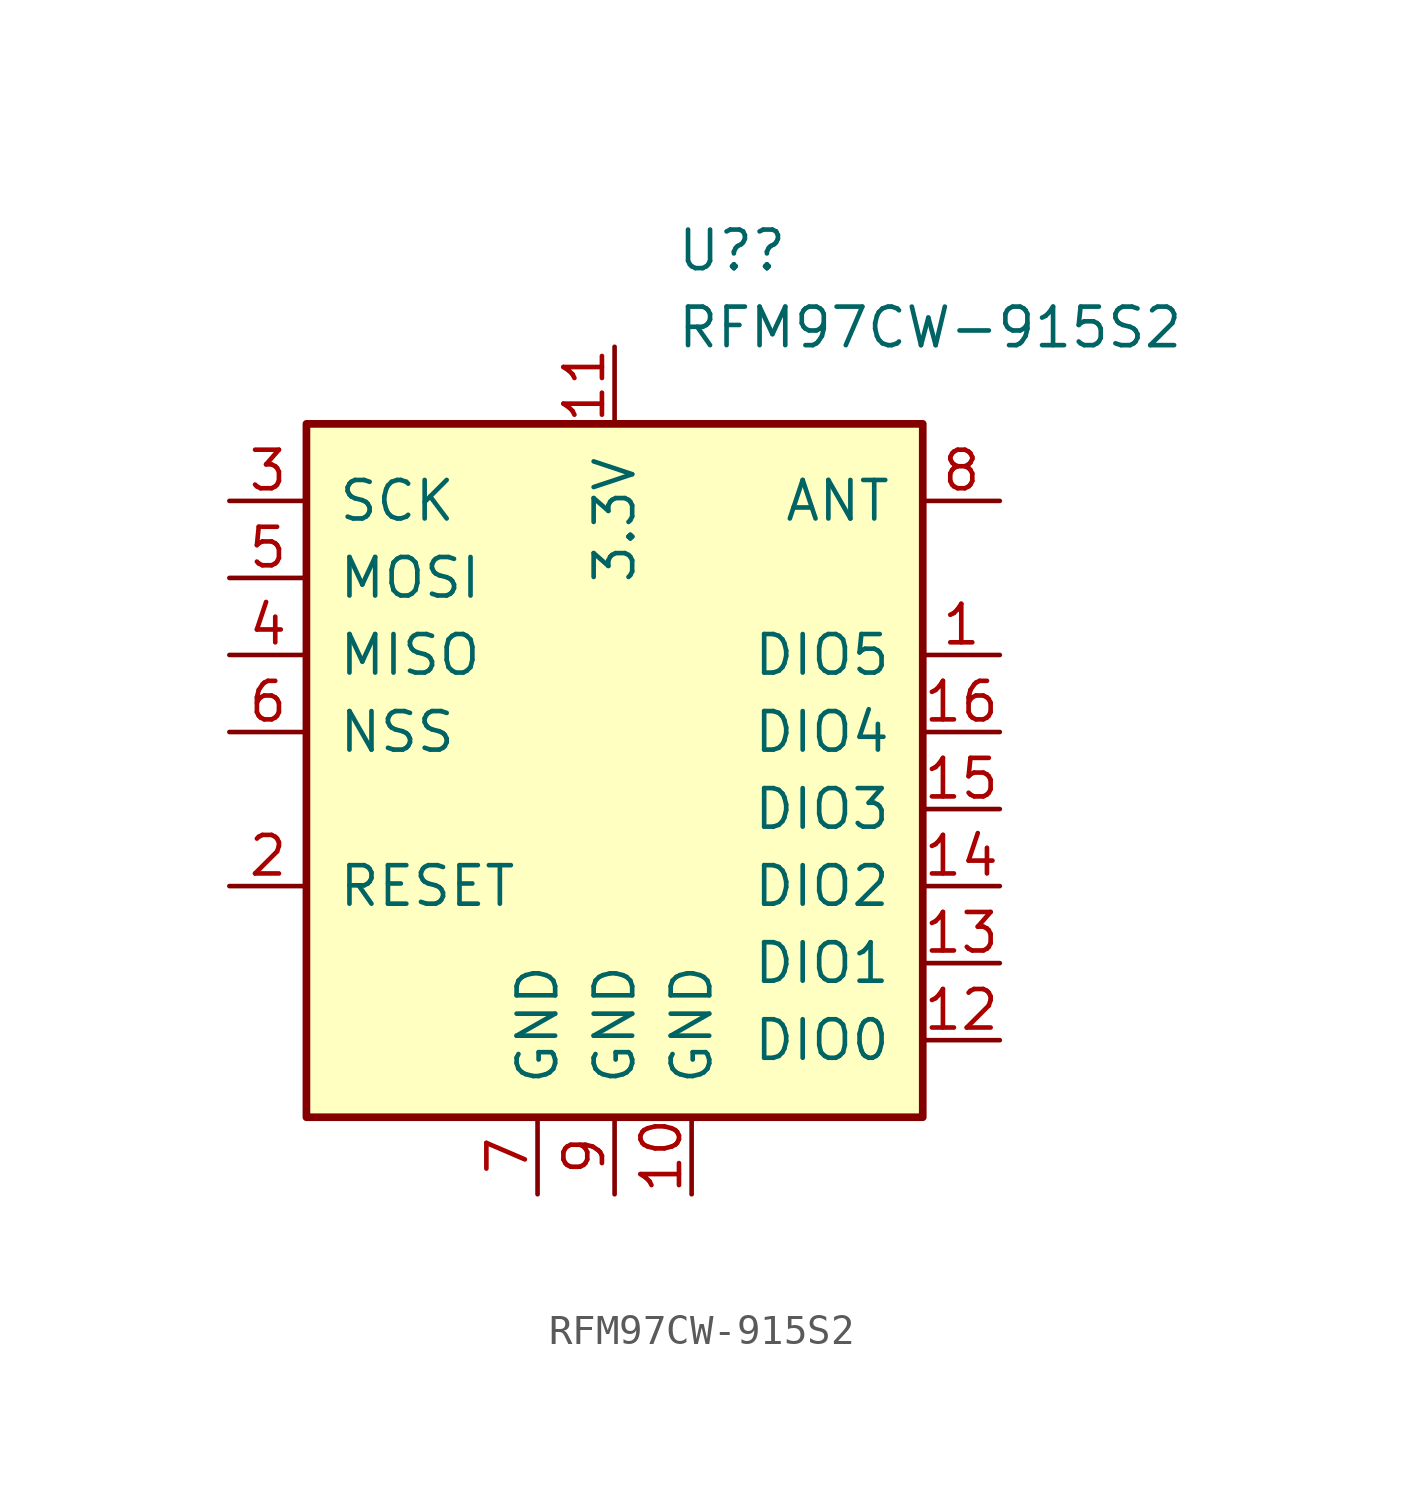
<source format=kicad_sym>
(kicad_symbol_lib
  (version 20211014)
  (generator kicad_symbol_editor)
  (symbol "RFM97CW-915S2"
    (pin_names
      (offset 1.016))
    (property "Reference" "U?"
      (at 2.019 15.875 0)
      (effects (font (size 1.27 1.27)) (justify left)))
    (property "Value" "RFM97CW-915S2"
      (at 2.019 13.335 0)
      (effects (font (size 1.27 1.27)) (justify left)))
    (symbol "RFM97CW-915S2_0_1"
      (rectangle (start -10.16 10.16) (end 10.16 -12.7) (stroke (width 0.254) (type default) (color 0 0 0 0)) (fill (type background))))
    (symbol "RFM97CW-915S2_1_1"
      (pin bidirectional line (at 12.7 2.54 180) (length 2.54) (name "DIO5" (effects (font (size 1.27 1.27)))) (number "1" (effects (font (size 1.27 1.27)))))
      (pin power_in line (at 2.54 -15.24 90) (length 2.54) (name "GND" (effects (font (size 1.27 1.27)))) (number "10" (effects (font (size 1.27 1.27)))))
      (pin power_in line (at 0 12.7 270) (length 2.54) (name "3.3V" (effects (font (size 1.27 1.27)))) (number "11" (effects (font (size 1.27 1.27)))))
      (pin bidirectional line (at 12.7 -10.16 180) (length 2.54) (name "DIO0" (effects (font (size 1.27 1.27)))) (number "12" (effects (font (size 1.27 1.27)))))
      (pin bidirectional line (at 12.7 -7.62 180) (length 2.54) (name "DIO1" (effects (font (size 1.27 1.27)))) (number "13" (effects (font (size 1.27 1.27)))))
      (pin bidirectional line (at 12.7 -5.08 180) (length 2.54) (name "DIO2" (effects (font (size 1.27 1.27)))) (number "14" (effects (font (size 1.27 1.27)))))
      (pin bidirectional line (at 12.7 -2.54 180) (length 2.54) (name "DIO3" (effects (font (size 1.27 1.27)))) (number "15" (effects (font (size 1.27 1.27)))))
      (pin bidirectional line (at 12.7 0 180) (length 2.54) (name "DIO4" (effects (font (size 1.27 1.27)))) (number "16" (effects (font (size 1.27 1.27)))))
      (pin bidirectional line (at -12.7 -5.08 0) (length 2.54) (name "RESET" (effects (font (size 1.27 1.27)))) (number "2" (effects (font (size 1.27 1.27)))))
      (pin input line (at -12.7 7.62 0) (length 2.54) (name "SCK" (effects (font (size 1.27 1.27)))) (number "3" (effects (font (size 1.27 1.27)))))
      (pin passive line (at -12.7 2.54 0) (length 2.54) (name "MISO" (effects (font (size 1.27 1.27)))) (number "4" (effects (font (size 1.27 1.27)))))
      (pin input line (at -12.7 5.08 0) (length 2.54) (name "MOSI" (effects (font (size 1.27 1.27)))) (number "5" (effects (font (size 1.27 1.27)))))
      (pin input line (at -12.7 0 0) (length 2.54) (name "NSS" (effects (font (size 1.27 1.27)))) (number "6" (effects (font (size 1.27 1.27)))))
      (pin power_in line (at -2.54 -15.24 90) (length 2.54) (name "GND" (effects (font (size 1.27 1.27)))) (number "7" (effects (font (size 1.27 1.27)))))
      (pin bidirectional line (at 12.7 7.62 180) (length 2.54) (name "ANT" (effects (font (size 1.27 1.27)))) (number "8" (effects (font (size 1.27 1.27)))))
      (pin power_in line (at 0 -15.24 90) (length 2.54) (name "GND" (effects (font (size 1.27 1.27)))) (number "9" (effects (font (size 1.27 1.27))))))))
</source>
